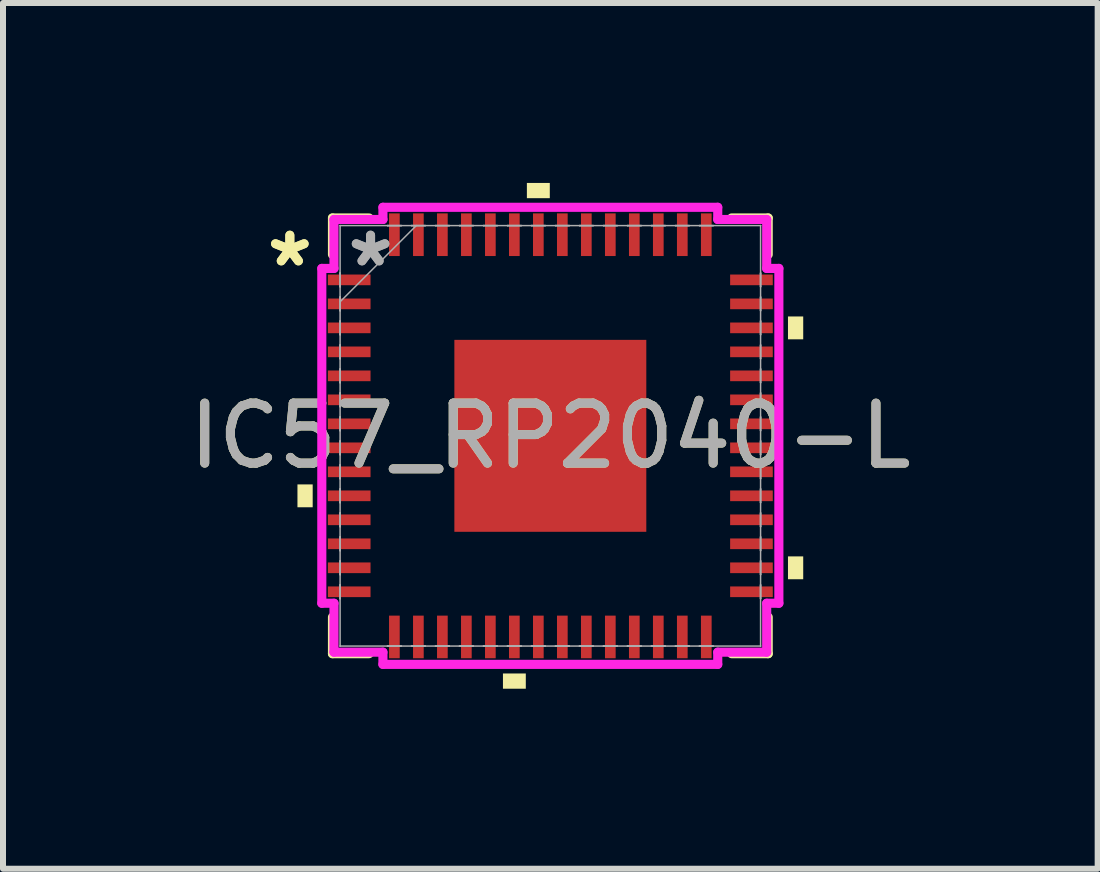
<source format=kicad_pcb>
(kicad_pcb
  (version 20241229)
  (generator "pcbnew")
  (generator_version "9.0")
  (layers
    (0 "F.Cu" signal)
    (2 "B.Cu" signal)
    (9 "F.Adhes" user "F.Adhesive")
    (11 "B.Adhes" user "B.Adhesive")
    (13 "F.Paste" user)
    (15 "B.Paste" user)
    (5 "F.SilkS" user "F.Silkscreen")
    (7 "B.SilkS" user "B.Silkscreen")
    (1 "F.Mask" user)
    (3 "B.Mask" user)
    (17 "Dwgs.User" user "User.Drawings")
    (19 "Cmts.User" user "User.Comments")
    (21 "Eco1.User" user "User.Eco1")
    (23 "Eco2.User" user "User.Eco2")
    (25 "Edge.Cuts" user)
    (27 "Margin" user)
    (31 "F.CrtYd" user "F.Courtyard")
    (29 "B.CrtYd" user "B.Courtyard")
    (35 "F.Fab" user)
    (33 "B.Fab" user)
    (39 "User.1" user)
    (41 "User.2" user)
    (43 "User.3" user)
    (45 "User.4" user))
  (footprint "IC57_RP2040-L"
    (layer "F.Cu")
    (at 6.125 4.216)
    (property "Reference" "IC57_RP2040-L" (at 0 0 0) (unlocked yes) (layer "F.SilkS") (effects (font (size 1 1) (thickness 0.15))))
    (attr smd)
    (fp_line (start -3.632 -3.632) (end -3.632 -3.022) (stroke (width 0.152) (type solid)) (layer "F.SilkS"))
    (fp_line (start -3.632 3.022) (end -3.632 3.632) (stroke (width 0.152) (type solid)) (layer "F.SilkS"))
    (fp_line (start -3.632 3.632) (end -3.022 3.632) (stroke (width 0.152) (type solid)) (layer "F.SilkS"))
    (fp_line (start -3.022 -3.632) (end -3.632 -3.632) (stroke (width 0.152) (type solid)) (layer "F.SilkS"))
    (fp_line (start 3.022 3.632) (end 3.632 3.632) (stroke (width 0.152) (type solid)) (layer "F.SilkS"))
    (fp_line (start 3.632 -3.632) (end 3.022 -3.632) (stroke (width 0.152) (type solid)) (layer "F.SilkS"))
    (fp_line (start 3.632 -3.022) (end 3.632 -3.632) (stroke (width 0.152) (type solid)) (layer "F.SilkS"))
    (fp_line (start 3.632 3.632) (end 3.632 3.022) (stroke (width 0.152) (type solid)) (layer "F.SilkS"))
    (fp_poly (pts (xy -4.216 0.81) (xy -4.216 1.191) (xy -3.962 1.191) (xy -3.962 0.81)) (stroke (width 0) (type solid)) (fill yes) (layer "F.SilkS"))
    (fp_poly (pts (xy -0.79 3.962) (xy -0.79 4.216) (xy -0.409 4.216) (xy -0.409 3.962)) (stroke (width 0) (type solid)) (fill yes) (layer "F.SilkS"))
    (fp_poly (pts (xy -0.391 -3.962) (xy -0.391 -4.216) (xy -0.009 -4.216) (xy -0.009 -3.962)) (stroke (width 0) (type solid)) (fill yes) (layer "F.SilkS"))
    (fp_poly (pts (xy 4.216 -1.99) (xy 4.216 -1.609) (xy 3.962 -1.609) (xy 3.962 -1.99)) (stroke (width 0) (type solid)) (fill yes) (layer "F.SilkS"))
    (fp_poly (pts (xy 4.216 2.01) (xy 4.216 2.391) (xy 3.962 2.391) (xy 3.962 2.01)) (stroke (width 0) (type solid)) (fill yes) (layer "F.SilkS"))
    (fp_poly (pts (xy -1.5 -1.5) (xy -1.5 -0.1) (xy -0.1 -0.1) (xy -0.1 -1.5)) (stroke (width 0) (type solid)) (fill yes) (layer "F.Paste"))
    (fp_poly (pts (xy -1.5 0.1) (xy -1.5 1.5) (xy -0.1 1.5) (xy -0.1 0.1)) (stroke (width 0) (type solid)) (fill yes) (layer "F.Paste"))
    (fp_poly (pts (xy 0.1 -1.5) (xy 0.1 -0.1) (xy 1.5 -0.1) (xy 1.5 -1.5)) (stroke (width 0) (type solid)) (fill yes) (layer "F.Paste"))
    (fp_poly (pts (xy 0.1 0.1) (xy 0.1 1.5) (xy 1.5 1.5) (xy 1.5 0.1)) (stroke (width 0) (type solid)) (fill yes) (layer "F.Paste"))
    (fp_line (start -3.81 -2.791) (end -3.607 -2.791) (stroke (width 0.152) (type solid)) (layer "F.CrtYd"))
    (fp_line (start -3.81 2.791) (end -3.81 -2.791) (stroke (width 0.152) (type solid)) (layer "F.CrtYd"))
    (fp_line (start -3.607 -3.607) (end -2.791 -3.607) (stroke (width 0.152) (type solid)) (layer "F.CrtYd"))
    (fp_line (start -3.607 -2.791) (end -3.607 -3.607) (stroke (width 0.152) (type solid)) (layer "F.CrtYd"))
    (fp_line (start -3.607 2.791) (end -3.81 2.791) (stroke (width 0.152) (type solid)) (layer "F.CrtYd"))
    (fp_line (start -3.607 3.607) (end -3.607 2.791) (stroke (width 0.152) (type solid)) (layer "F.CrtYd"))
    (fp_line (start -2.791 -3.81) (end 2.791 -3.81) (stroke (width 0.152) (type solid)) (layer "F.CrtYd"))
    (fp_line (start -2.791 -3.607) (end -2.791 -3.81) (stroke (width 0.152) (type solid)) (layer "F.CrtYd"))
    (fp_line (start -2.791 3.607) (end -3.607 3.607) (stroke (width 0.152) (type solid)) (layer "F.CrtYd"))
    (fp_line (start -2.791 3.81) (end -2.791 3.607) (stroke (width 0.152) (type solid)) (layer "F.CrtYd"))
    (fp_line (start 2.791 -3.81) (end 2.791 -3.607) (stroke (width 0.152) (type solid)) (layer "F.CrtYd"))
    (fp_line (start 2.791 -3.607) (end 3.607 -3.607) (stroke (width 0.152) (type solid)) (layer "F.CrtYd"))
    (fp_line (start 2.791 3.607) (end 2.791 3.81) (stroke (width 0.152) (type solid)) (layer "F.CrtYd"))
    (fp_line (start 2.791 3.81) (end -2.791 3.81) (stroke (width 0.152) (type solid)) (layer "F.CrtYd"))
    (fp_line (start 3.607 -3.607) (end 3.607 -2.791) (stroke (width 0.152) (type solid)) (layer "F.CrtYd"))
    (fp_line (start 3.607 -2.791) (end 3.81 -2.791) (stroke (width 0.152) (type solid)) (layer "F.CrtYd"))
    (fp_line (start 3.607 2.791) (end 3.607 3.607) (stroke (width 0.152) (type solid)) (layer "F.CrtYd"))
    (fp_line (start 3.607 3.607) (end 2.791 3.607) (stroke (width 0.152) (type solid)) (layer "F.CrtYd"))
    (fp_line (start 3.81 -2.791) (end 3.81 2.791) (stroke (width 0.152) (type solid)) (layer "F.CrtYd"))
    (fp_line (start 3.81 2.791) (end 3.607 2.791) (stroke (width 0.152) (type solid)) (layer "F.CrtYd"))
    (fp_line (start -3.505 -3.505) (end -3.505 -3.505) (stroke (width 0.025) (type solid)) (layer "F.Fab"))
    (fp_line (start -3.505 -3.505) (end -3.505 3.505) (stroke (width 0.025) (type solid)) (layer "F.Fab"))
    (fp_line (start -3.505 -2.714) (end -3.505 -2.714) (stroke (width 0.025) (type solid)) (layer "F.Fab"))
    (fp_line (start -3.505 -2.714) (end -3.505 -2.486) (stroke (width 0.025) (type solid)) (layer "F.Fab"))
    (fp_line (start -3.505 -2.486) (end -3.505 -2.714) (stroke (width 0.025) (type solid)) (layer "F.Fab"))
    (fp_line (start -3.505 -2.486) (end -3.505 -2.486) (stroke (width 0.025) (type solid)) (layer "F.Fab"))
    (fp_line (start -3.505 -2.314) (end -3.505 -2.314) (stroke (width 0.025) (type solid)) (layer "F.Fab"))
    (fp_line (start -3.505 -2.314) (end -3.505 -2.086) (stroke (width 0.025) (type solid)) (layer "F.Fab"))
    (fp_line (start -3.505 -2.235) (end -2.235 -3.505) (stroke (width 0.025) (type solid)) (layer "F.Fab"))
    (fp_line (start -3.505 -2.086) (end -3.505 -2.314) (stroke (width 0.025) (type solid)) (layer "F.Fab"))
    (fp_line (start -3.505 -2.086) (end -3.505 -2.086) (stroke (width 0.025) (type solid)) (layer "F.Fab"))
    (fp_line (start -3.505 -1.914) (end -3.505 -1.914) (stroke (width 0.025) (type solid)) (layer "F.Fab"))
    (fp_line (start -3.505 -1.914) (end -3.505 -1.686) (stroke (width 0.025) (type solid)) (layer "F.Fab"))
    (fp_line (start -3.505 -1.686) (end -3.505 -1.914) (stroke (width 0.025) (type solid)) (layer "F.Fab"))
    (fp_line (start -3.505 -1.686) (end -3.505 -1.686) (stroke (width 0.025) (type solid)) (layer "F.Fab"))
    (fp_line (start -3.505 -1.514) (end -3.505 -1.514) (stroke (width 0.025) (type solid)) (layer "F.Fab"))
    (fp_line (start -3.505 -1.514) (end -3.505 -1.286) (stroke (width 0.025) (type solid)) (layer "F.Fab"))
    (fp_line (start -3.505 -1.286) (end -3.505 -1.514) (stroke (width 0.025) (type solid)) (layer "F.Fab"))
    (fp_line (start -3.505 -1.286) (end -3.505 -1.286) (stroke (width 0.025) (type solid)) (layer "F.Fab"))
    (fp_line (start -3.505 -1.114) (end -3.505 -1.114) (stroke (width 0.025) (type solid)) (layer "F.Fab"))
    (fp_line (start -3.505 -1.114) (end -3.505 -0.886) (stroke (width 0.025) (type solid)) (layer "F.Fab"))
    (fp_line (start -3.505 -0.886) (end -3.505 -1.114) (stroke (width 0.025) (type solid)) (layer "F.Fab"))
    (fp_line (start -3.505 -0.886) (end -3.505 -0.886) (stroke (width 0.025) (type solid)) (layer "F.Fab"))
    (fp_line (start -3.505 -0.714) (end -3.505 -0.714) (stroke (width 0.025) (type solid)) (layer "F.Fab"))
    (fp_line (start -3.505 -0.714) (end -3.505 -0.486) (stroke (width 0.025) (type solid)) (layer "F.Fab"))
    (fp_line (start -3.505 -0.486) (end -3.505 -0.714) (stroke (width 0.025) (type solid)) (layer "F.Fab"))
    (fp_line (start -3.505 -0.486) (end -3.505 -0.486) (stroke (width 0.025) (type solid)) (layer "F.Fab"))
    (fp_line (start -3.505 -0.314) (end -3.505 -0.314) (stroke (width 0.025) (type solid)) (layer "F.Fab"))
    (fp_line (start -3.505 -0.314) (end -3.505 -0.086) (stroke (width 0.025) (type solid)) (layer "F.Fab"))
    (fp_line (start -3.505 -0.086) (end -3.505 -0.314) (stroke (width 0.025) (type solid)) (layer "F.Fab"))
    (fp_line (start -3.505 -0.086) (end -3.505 -0.086) (stroke (width 0.025) (type solid)) (layer "F.Fab"))
    (fp_line (start -3.505 0.086) (end -3.505 0.086) (stroke (width 0.025) (type solid)) (layer "F.Fab"))
    (fp_line (start -3.505 0.086) (end -3.505 0.314) (stroke (width 0.025) (type solid)) (layer "F.Fab"))
    (fp_line (start -3.505 0.314) (end -3.505 0.086) (stroke (width 0.025) (type solid)) (layer "F.Fab"))
    (fp_line (start -3.505 0.314) (end -3.505 0.314) (stroke (width 0.025) (type solid)) (layer "F.Fab"))
    (fp_line (start -3.505 0.486) (end -3.505 0.486) (stroke (width 0.025) (type solid)) (layer "F.Fab"))
    (fp_line (start -3.505 0.486) (end -3.505 0.714) (stroke (width 0.025) (type solid)) (layer "F.Fab"))
    (fp_line (start -3.505 0.714) (end -3.505 0.486) (stroke (width 0.025) (type solid)) (layer "F.Fab"))
    (fp_line (start -3.505 0.714) (end -3.505 0.714) (stroke (width 0.025) (type solid)) (layer "F.Fab"))
    (fp_line (start -3.505 0.886) (end -3.505 0.886) (stroke (width 0.025) (type solid)) (layer "F.Fab"))
    (fp_line (start -3.505 0.886) (end -3.505 1.114) (stroke (width 0.025) (type solid)) (layer "F.Fab"))
    (fp_line (start -3.505 1.114) (end -3.505 0.886) (stroke (width 0.025) (type solid)) (layer "F.Fab"))
    (fp_line (start -3.505 1.114) (end -3.505 1.114) (stroke (width 0.025) (type solid)) (layer "F.Fab"))
    (fp_line (start -3.505 1.286) (end -3.505 1.286) (stroke (width 0.025) (type solid)) (layer "F.Fab"))
    (fp_line (start -3.505 1.286) (end -3.505 1.514) (stroke (width 0.025) (type solid)) (layer "F.Fab"))
    (fp_line (start -3.505 1.514) (end -3.505 1.286) (stroke (width 0.025) (type solid)) (layer "F.Fab"))
    (fp_line (start -3.505 1.514) (end -3.505 1.514) (stroke (width 0.025) (type solid)) (layer "F.Fab"))
    (fp_line (start -3.505 1.686) (end -3.505 1.686) (stroke (width 0.025) (type solid)) (layer "F.Fab"))
    (fp_line (start -3.505 1.686) (end -3.505 1.914) (stroke (width 0.025) (type solid)) (layer "F.Fab"))
    (fp_line (start -3.505 1.914) (end -3.505 1.686) (stroke (width 0.025) (type solid)) (layer "F.Fab"))
    (fp_line (start -3.505 1.914) (end -3.505 1.914) (stroke (width 0.025) (type solid)) (layer "F.Fab"))
    (fp_line (start -3.505 2.086) (end -3.505 2.086) (stroke (width 0.025) (type solid)) (layer "F.Fab"))
    (fp_line (start -3.505 2.086) (end -3.505 2.314) (stroke (width 0.025) (type solid)) (layer "F.Fab"))
    (fp_line (start -3.505 2.314) (end -3.505 2.086) (stroke (width 0.025) (type solid)) (layer "F.Fab"))
    (fp_line (start -3.505 2.314) (end -3.505 2.314) (stroke (width 0.025) (type solid)) (layer "F.Fab"))
    (fp_line (start -3.505 2.486) (end -3.505 2.486) (stroke (width 0.025) (type solid)) (layer "F.Fab"))
    (fp_line (start -3.505 2.486) (end -3.505 2.714) (stroke (width 0.025) (type solid)) (layer "F.Fab"))
    (fp_line (start -3.505 2.714) (end -3.505 2.486) (stroke (width 0.025) (type solid)) (layer "F.Fab"))
    (fp_line (start -3.505 2.714) (end -3.505 2.714) (stroke (width 0.025) (type solid)) (layer "F.Fab"))
    (fp_line (start -3.505 3.505) (end -3.505 3.505) (stroke (width 0.025) (type solid)) (layer "F.Fab"))
    (fp_line (start -3.505 3.505) (end 3.505 3.505) (stroke (width 0.025) (type solid)) (layer "F.Fab"))
    (fp_line (start -2.714 -3.505) (end -2.714 -3.505) (stroke (width 0.025) (type solid)) (layer "F.Fab"))
    (fp_line (start -2.714 -3.505) (end -2.486 -3.505) (stroke (width 0.025) (type solid)) (layer "F.Fab"))
    (fp_line (start -2.714 3.505) (end -2.714 3.505) (stroke (width 0.025) (type solid)) (layer "F.Fab"))
    (fp_line (start -2.714 3.505) (end -2.486 3.505) (stroke (width 0.025) (type solid)) (layer "F.Fab"))
    (fp_line (start -2.486 -3.505) (end -2.714 -3.505) (stroke (width 0.025) (type solid)) (layer "F.Fab"))
    (fp_line (start -2.486 -3.505) (end -2.486 -3.505) (stroke (width 0.025) (type solid)) (layer "F.Fab"))
    (fp_line (start -2.486 3.505) (end -2.714 3.505) (stroke (width 0.025) (type solid)) (layer "F.Fab"))
    (fp_line (start -2.486 3.505) (end -2.486 3.505) (stroke (width 0.025) (type solid)) (layer "F.Fab"))
    (fp_line (start -2.314 -3.505) (end -2.314 -3.505) (stroke (width 0.025) (type solid)) (layer "F.Fab"))
    (fp_line (start -2.314 -3.505) (end -2.086 -3.505) (stroke (width 0.025) (type solid)) (layer "F.Fab"))
    (fp_line (start -2.314 3.505) (end -2.314 3.505) (stroke (width 0.025) (type solid)) (layer "F.Fab"))
    (fp_line (start -2.314 3.505) (end -2.086 3.505) (stroke (width 0.025) (type solid)) (layer "F.Fab"))
    (fp_line (start -2.086 -3.505) (end -2.314 -3.505) (stroke (width 0.025) (type solid)) (layer "F.Fab"))
    (fp_line (start -2.086 -3.505) (end -2.086 -3.505) (stroke (width 0.025) (type solid)) (layer "F.Fab"))
    (fp_line (start -2.086 3.505) (end -2.314 3.505) (stroke (width 0.025) (type solid)) (layer "F.Fab"))
    (fp_line (start -2.086 3.505) (end -2.086 3.505) (stroke (width 0.025) (type solid)) (layer "F.Fab"))
    (fp_line (start -1.914 -3.505) (end -1.914 -3.505) (stroke (width 0.025) (type solid)) (layer "F.Fab"))
    (fp_line (start -1.914 -3.505) (end -1.686 -3.505) (stroke (width 0.025) (type solid)) (layer "F.Fab"))
    (fp_line (start -1.914 3.505) (end -1.914 3.505) (stroke (width 0.025) (type solid)) (layer "F.Fab"))
    (fp_line (start -1.914 3.505) (end -1.686 3.505) (stroke (width 0.025) (type solid)) (layer "F.Fab"))
    (fp_line (start -1.686 -3.505) (end -1.914 -3.505) (stroke (width 0.025) (type solid)) (layer "F.Fab"))
    (fp_line (start -1.686 -3.505) (end -1.686 -3.505) (stroke (width 0.025) (type solid)) (layer "F.Fab"))
    (fp_line (start -1.686 3.505) (end -1.914 3.505) (stroke (width 0.025) (type solid)) (layer "F.Fab"))
    (fp_line (start -1.686 3.505) (end -1.686 3.505) (stroke (width 0.025) (type solid)) (layer "F.Fab"))
    (fp_line (start -1.514 -3.505) (end -1.514 -3.505) (stroke (width 0.025) (type solid)) (layer "F.Fab"))
    (fp_line (start -1.514 -3.505) (end -1.286 -3.505) (stroke (width 0.025) (type solid)) (layer "F.Fab"))
    (fp_line (start -1.514 3.505) (end -1.514 3.505) (stroke (width 0.025) (type solid)) (layer "F.Fab"))
    (fp_line (start -1.514 3.505) (end -1.286 3.505) (stroke (width 0.025) (type solid)) (layer "F.Fab"))
    (fp_line (start -1.286 -3.505) (end -1.514 -3.505) (stroke (width 0.025) (type solid)) (layer "F.Fab"))
    (fp_line (start -1.286 -3.505) (end -1.286 -3.505) (stroke (width 0.025) (type solid)) (layer "F.Fab"))
    (fp_line (start -1.286 3.505) (end -1.514 3.505) (stroke (width 0.025) (type solid)) (layer "F.Fab"))
    (fp_line (start -1.286 3.505) (end -1.286 3.505) (stroke (width 0.025) (type solid)) (layer "F.Fab"))
    (fp_line (start -1.114 -3.505) (end -1.114 -3.505) (stroke (width 0.025) (type solid)) (layer "F.Fab"))
    (fp_line (start -1.114 -3.505) (end -0.886 -3.505) (stroke (width 0.025) (type solid)) (layer "F.Fab"))
    (fp_line (start -1.114 3.505) (end -1.114 3.505) (stroke (width 0.025) (type solid)) (layer "F.Fab"))
    (fp_line (start -1.114 3.505) (end -0.886 3.505) (stroke (width 0.025) (type solid)) (layer "F.Fab"))
    (fp_line (start -0.886 -3.505) (end -1.114 -3.505) (stroke (width 0.025) (type solid)) (layer "F.Fab"))
    (fp_line (start -0.886 -3.505) (end -0.886 -3.505) (stroke (width 0.025) (type solid)) (layer "F.Fab"))
    (fp_line (start -0.886 3.505) (end -1.114 3.505) (stroke (width 0.025) (type solid)) (layer "F.Fab"))
    (fp_line (start -0.886 3.505) (end -0.886 3.505) (stroke (width 0.025) (type solid)) (layer "F.Fab"))
    (fp_line (start -0.714 -3.505) (end -0.714 -3.505) (stroke (width 0.025) (type solid)) (layer "F.Fab"))
    (fp_line (start -0.714 -3.505) (end -0.486 -3.505) (stroke (width 0.025) (type solid)) (layer "F.Fab"))
    (fp_line (start -0.714 3.505) (end -0.714 3.505) (stroke (width 0.025) (type solid)) (layer "F.Fab"))
    (fp_line (start -0.714 3.505) (end -0.486 3.505) (stroke (width 0.025) (type solid)) (layer "F.Fab"))
    (fp_line (start -0.486 -3.505) (end -0.714 -3.505) (stroke (width 0.025) (type solid)) (layer "F.Fab"))
    (fp_line (start -0.486 -3.505) (end -0.486 -3.505) (stroke (width 0.025) (type solid)) (layer "F.Fab"))
    (fp_line (start -0.486 3.505) (end -0.714 3.505) (stroke (width 0.025) (type solid)) (layer "F.Fab"))
    (fp_line (start -0.486 3.505) (end -0.486 3.505) (stroke (width 0.025) (type solid)) (layer "F.Fab"))
    (fp_line (start -0.314 -3.505) (end -0.314 -3.505) (stroke (width 0.025) (type solid)) (layer "F.Fab"))
    (fp_line (start -0.314 -3.505) (end -0.086 -3.505) (stroke (width 0.025) (type solid)) (layer "F.Fab"))
    (fp_line (start -0.314 3.505) (end -0.314 3.505) (stroke (width 0.025) (type solid)) (layer "F.Fab"))
    (fp_line (start -0.314 3.505) (end -0.086 3.505) (stroke (width 0.025) (type solid)) (layer "F.Fab"))
    (fp_line (start -0.086 -3.505) (end -0.314 -3.505) (stroke (width 0.025) (type solid)) (layer "F.Fab"))
    (fp_line (start -0.086 -3.505) (end -0.086 -3.505) (stroke (width 0.025) (type solid)) (layer "F.Fab"))
    (fp_line (start -0.086 3.505) (end -0.314 3.505) (stroke (width 0.025) (type solid)) (layer "F.Fab"))
    (fp_line (start -0.086 3.505) (end -0.086 3.505) (stroke (width 0.025) (type solid)) (layer "F.Fab"))
    (fp_line (start 0.086 -3.505) (end 0.086 -3.505) (stroke (width 0.025) (type solid)) (layer "F.Fab"))
    (fp_line (start 0.086 -3.505) (end 0.314 -3.505) (stroke (width 0.025) (type solid)) (layer "F.Fab"))
    (fp_line (start 0.086 3.505) (end 0.086 3.505) (stroke (width 0.025) (type solid)) (layer "F.Fab"))
    (fp_line (start 0.086 3.505) (end 0.314 3.505) (stroke (width 0.025) (type solid)) (layer "F.Fab"))
    (fp_line (start 0.314 -3.505) (end 0.086 -3.505) (stroke (width 0.025) (type solid)) (layer "F.Fab"))
    (fp_line (start 0.314 -3.505) (end 0.314 -3.505) (stroke (width 0.025) (type solid)) (layer "F.Fab"))
    (fp_line (start 0.314 3.505) (end 0.086 3.505) (stroke (width 0.025) (type solid)) (layer "F.Fab"))
    (fp_line (start 0.314 3.505) (end 0.314 3.505) (stroke (width 0.025) (type solid)) (layer "F.Fab"))
    (fp_line (start 0.486 -3.505) (end 0.486 -3.505) (stroke (width 0.025) (type solid)) (layer "F.Fab"))
    (fp_line (start 0.486 -3.505) (end 0.714 -3.505) (stroke (width 0.025) (type solid)) (layer "F.Fab"))
    (fp_line (start 0.486 3.505) (end 0.486 3.505) (stroke (width 0.025) (type solid)) (layer "F.Fab"))
    (fp_line (start 0.486 3.505) (end 0.714 3.505) (stroke (width 0.025) (type solid)) (layer "F.Fab"))
    (fp_line (start 0.714 -3.505) (end 0.486 -3.505) (stroke (width 0.025) (type solid)) (layer "F.Fab"))
    (fp_line (start 0.714 -3.505) (end 0.714 -3.505) (stroke (width 0.025) (type solid)) (layer "F.Fab"))
    (fp_line (start 0.714 3.505) (end 0.486 3.505) (stroke (width 0.025) (type solid)) (layer "F.Fab"))
    (fp_line (start 0.714 3.505) (end 0.714 3.505) (stroke (width 0.025) (type solid)) (layer "F.Fab"))
    (fp_line (start 0.886 -3.505) (end 0.886 -3.505) (stroke (width 0.025) (type solid)) (layer "F.Fab"))
    (fp_line (start 0.886 -3.505) (end 1.114 -3.505) (stroke (width 0.025) (type solid)) (layer "F.Fab"))
    (fp_line (start 0.886 3.505) (end 0.886 3.505) (stroke (width 0.025) (type solid)) (layer "F.Fab"))
    (fp_line (start 0.886 3.505) (end 1.114 3.505) (stroke (width 0.025) (type solid)) (layer "F.Fab"))
    (fp_line (start 1.114 -3.505) (end 0.886 -3.505) (stroke (width 0.025) (type solid)) (layer "F.Fab"))
    (fp_line (start 1.114 -3.505) (end 1.114 -3.505) (stroke (width 0.025) (type solid)) (layer "F.Fab"))
    (fp_line (start 1.114 3.505) (end 0.886 3.505) (stroke (width 0.025) (type solid)) (layer "F.Fab"))
    (fp_line (start 1.114 3.505) (end 1.114 3.505) (stroke (width 0.025) (type solid)) (layer "F.Fab"))
    (fp_line (start 1.286 -3.505) (end 1.286 -3.505) (stroke (width 0.025) (type solid)) (layer "F.Fab"))
    (fp_line (start 1.286 -3.505) (end 1.514 -3.505) (stroke (width 0.025) (type solid)) (layer "F.Fab"))
    (fp_line (start 1.286 3.505) (end 1.286 3.505) (stroke (width 0.025) (type solid)) (layer "F.Fab"))
    (fp_line (start 1.286 3.505) (end 1.514 3.505) (stroke (width 0.025) (type solid)) (layer "F.Fab"))
    (fp_line (start 1.514 -3.505) (end 1.286 -3.505) (stroke (width 0.025) (type solid)) (layer "F.Fab"))
    (fp_line (start 1.514 -3.505) (end 1.514 -3.505) (stroke (width 0.025) (type solid)) (layer "F.Fab"))
    (fp_line (start 1.514 3.505) (end 1.286 3.505) (stroke (width 0.025) (type solid)) (layer "F.Fab"))
    (fp_line (start 1.514 3.505) (end 1.514 3.505) (stroke (width 0.025) (type solid)) (layer "F.Fab"))
    (fp_line (start 1.686 -3.505) (end 1.686 -3.505) (stroke (width 0.025) (type solid)) (layer "F.Fab"))
    (fp_line (start 1.686 -3.505) (end 1.914 -3.505) (stroke (width 0.025) (type solid)) (layer "F.Fab"))
    (fp_line (start 1.686 3.505) (end 1.686 3.505) (stroke (width 0.025) (type solid)) (layer "F.Fab"))
    (fp_line (start 1.686 3.505) (end 1.914 3.505) (stroke (width 0.025) (type solid)) (layer "F.Fab"))
    (fp_line (start 1.914 -3.505) (end 1.686 -3.505) (stroke (width 0.025) (type solid)) (layer "F.Fab"))
    (fp_line (start 1.914 -3.505) (end 1.914 -3.505) (stroke (width 0.025) (type solid)) (layer "F.Fab"))
    (fp_line (start 1.914 3.505) (end 1.686 3.505) (stroke (width 0.025) (type solid)) (layer "F.Fab"))
    (fp_line (start 1.914 3.505) (end 1.914 3.505) (stroke (width 0.025) (type solid)) (layer "F.Fab"))
    (fp_line (start 2.086 -3.505) (end 2.086 -3.505) (stroke (width 0.025) (type solid)) (layer "F.Fab"))
    (fp_line (start 2.086 -3.505) (end 2.314 -3.505) (stroke (width 0.025) (type solid)) (layer "F.Fab"))
    (fp_line (start 2.086 3.505) (end 2.086 3.505) (stroke (width 0.025) (type solid)) (layer "F.Fab"))
    (fp_line (start 2.086 3.505) (end 2.314 3.505) (stroke (width 0.025) (type solid)) (layer "F.Fab"))
    (fp_line (start 2.314 -3.505) (end 2.086 -3.505) (stroke (width 0.025) (type solid)) (layer "F.Fab"))
    (fp_line (start 2.314 -3.505) (end 2.314 -3.505) (stroke (width 0.025) (type solid)) (layer "F.Fab"))
    (fp_line (start 2.314 3.505) (end 2.086 3.505) (stroke (width 0.025) (type solid)) (layer "F.Fab"))
    (fp_line (start 2.314 3.505) (end 2.314 3.505) (stroke (width 0.025) (type solid)) (layer "F.Fab"))
    (fp_line (start 2.486 -3.505) (end 2.486 -3.505) (stroke (width 0.025) (type solid)) (layer "F.Fab"))
    (fp_line (start 2.486 -3.505) (end 2.714 -3.505) (stroke (width 0.025) (type solid)) (layer "F.Fab"))
    (fp_line (start 2.486 3.505) (end 2.486 3.505) (stroke (width 0.025) (type solid)) (layer "F.Fab"))
    (fp_line (start 2.486 3.505) (end 2.714 3.505) (stroke (width 0.025) (type solid)) (layer "F.Fab"))
    (fp_line (start 2.714 -3.505) (end 2.486 -3.505) (stroke (width 0.025) (type solid)) (layer "F.Fab"))
    (fp_line (start 2.714 -3.505) (end 2.714 -3.505) (stroke (width 0.025) (type solid)) (layer "F.Fab"))
    (fp_line (start 2.714 3.505) (end 2.486 3.505) (stroke (width 0.025) (type solid)) (layer "F.Fab"))
    (fp_line (start 2.714 3.505) (end 2.714 3.505) (stroke (width 0.025) (type solid)) (layer "F.Fab"))
    (fp_line (start 3.505 -3.505) (end -3.505 -3.505) (stroke (width 0.025) (type solid)) (layer "F.Fab"))
    (fp_line (start 3.505 -3.505) (end 3.505 -3.505) (stroke (width 0.025) (type solid)) (layer "F.Fab"))
    (fp_line (start 3.505 -2.714) (end 3.505 -2.714) (stroke (width 0.025) (type solid)) (layer "F.Fab"))
    (fp_line (start 3.505 -2.714) (end 3.505 -2.486) (stroke (width 0.025) (type solid)) (layer "F.Fab"))
    (fp_line (start 3.505 -2.486) (end 3.505 -2.714) (stroke (width 0.025) (type solid)) (layer "F.Fab"))
    (fp_line (start 3.505 -2.486) (end 3.505 -2.486) (stroke (width 0.025) (type solid)) (layer "F.Fab"))
    (fp_line (start 3.505 -2.314) (end 3.505 -2.314) (stroke (width 0.025) (type solid)) (layer "F.Fab"))
    (fp_line (start 3.505 -2.314) (end 3.505 -2.086) (stroke (width 0.025) (type solid)) (layer "F.Fab"))
    (fp_line (start 3.505 -2.086) (end 3.505 -2.314) (stroke (width 0.025) (type solid)) (layer "F.Fab"))
    (fp_line (start 3.505 -2.086) (end 3.505 -2.086) (stroke (width 0.025) (type solid)) (layer "F.Fab"))
    (fp_line (start 3.505 -1.914) (end 3.505 -1.914) (stroke (width 0.025) (type solid)) (layer "F.Fab"))
    (fp_line (start 3.505 -1.914) (end 3.505 -1.686) (stroke (width 0.025) (type solid)) (layer "F.Fab"))
    (fp_line (start 3.505 -1.686) (end 3.505 -1.914) (stroke (width 0.025) (type solid)) (layer "F.Fab"))
    (fp_line (start 3.505 -1.686) (end 3.505 -1.686) (stroke (width 0.025) (type solid)) (layer "F.Fab"))
    (fp_line (start 3.505 -1.514) (end 3.505 -1.514) (stroke (width 0.025) (type solid)) (layer "F.Fab"))
    (fp_line (start 3.505 -1.514) (end 3.505 -1.286) (stroke (width 0.025) (type solid)) (layer "F.Fab"))
    (fp_line (start 3.505 -1.286) (end 3.505 -1.514) (stroke (width 0.025) (type solid)) (layer "F.Fab"))
    (fp_line (start 3.505 -1.286) (end 3.505 -1.286) (stroke (width 0.025) (type solid)) (layer "F.Fab"))
    (fp_line (start 3.505 -1.114) (end 3.505 -1.114) (stroke (width 0.025) (type solid)) (layer "F.Fab"))
    (fp_line (start 3.505 -1.114) (end 3.505 -0.886) (stroke (width 0.025) (type solid)) (layer "F.Fab"))
    (fp_line (start 3.505 -0.886) (end 3.505 -1.114) (stroke (width 0.025) (type solid)) (layer "F.Fab"))
    (fp_line (start 3.505 -0.886) (end 3.505 -0.886) (stroke (width 0.025) (type solid)) (layer "F.Fab"))
    (fp_line (start 3.505 -0.714) (end 3.505 -0.714) (stroke (width 0.025) (type solid)) (layer "F.Fab"))
    (fp_line (start 3.505 -0.714) (end 3.505 -0.486) (stroke (width 0.025) (type solid)) (layer "F.Fab"))
    (fp_line (start 3.505 -0.486) (end 3.505 -0.714) (stroke (width 0.025) (type solid)) (layer "F.Fab"))
    (fp_line (start 3.505 -0.486) (end 3.505 -0.486) (stroke (width 0.025) (type solid)) (layer "F.Fab"))
    (fp_line (start 3.505 -0.314) (end 3.505 -0.314) (stroke (width 0.025) (type solid)) (layer "F.Fab"))
    (fp_line (start 3.505 -0.314) (end 3.505 -0.086) (stroke (width 0.025) (type solid)) (layer "F.Fab"))
    (fp_line (start 3.505 -0.086) (end 3.505 -0.314) (stroke (width 0.025) (type solid)) (layer "F.Fab"))
    (fp_line (start 3.505 -0.086) (end 3.505 -0.086) (stroke (width 0.025) (type solid)) (layer "F.Fab"))
    (fp_line (start 3.505 0.086) (end 3.505 0.086) (stroke (width 0.025) (type solid)) (layer "F.Fab"))
    (fp_line (start 3.505 0.086) (end 3.505 0.314) (stroke (width 0.025) (type solid)) (layer "F.Fab"))
    (fp_line (start 3.505 0.314) (end 3.505 0.086) (stroke (width 0.025) (type solid)) (layer "F.Fab"))
    (fp_line (start 3.505 0.314) (end 3.505 0.314) (stroke (width 0.025) (type solid)) (layer "F.Fab"))
    (fp_line (start 3.505 0.486) (end 3.505 0.486) (stroke (width 0.025) (type solid)) (layer "F.Fab"))
    (fp_line (start 3.505 0.486) (end 3.505 0.714) (stroke (width 0.025) (type solid)) (layer "F.Fab"))
    (fp_line (start 3.505 0.714) (end 3.505 0.486) (stroke (width 0.025) (type solid)) (layer "F.Fab"))
    (fp_line (start 3.505 0.714) (end 3.505 0.714) (stroke (width 0.025) (type solid)) (layer "F.Fab"))
    (fp_line (start 3.505 0.886) (end 3.505 0.886) (stroke (width 0.025) (type solid)) (layer "F.Fab"))
    (fp_line (start 3.505 0.886) (end 3.505 1.114) (stroke (width 0.025) (type solid)) (layer "F.Fab"))
    (fp_line (start 3.505 1.114) (end 3.505 0.886) (stroke (width 0.025) (type solid)) (layer "F.Fab"))
    (fp_line (start 3.505 1.114) (end 3.505 1.114) (stroke (width 0.025) (type solid)) (layer "F.Fab"))
    (fp_line (start 3.505 1.286) (end 3.505 1.286) (stroke (width 0.025) (type solid)) (layer "F.Fab"))
    (fp_line (start 3.505 1.286) (end 3.505 1.514) (stroke (width 0.025) (type solid)) (layer "F.Fab"))
    (fp_line (start 3.505 1.514) (end 3.505 1.286) (stroke (width 0.025) (type solid)) (layer "F.Fab"))
    (fp_line (start 3.505 1.514) (end 3.505 1.514) (stroke (width 0.025) (type solid)) (layer "F.Fab"))
    (fp_line (start 3.505 1.686) (end 3.505 1.686) (stroke (width 0.025) (type solid)) (layer "F.Fab"))
    (fp_line (start 3.505 1.686) (end 3.505 1.914) (stroke (width 0.025) (type solid)) (layer "F.Fab"))
    (fp_line (start 3.505 1.914) (end 3.505 1.686) (stroke (width 0.025) (type solid)) (layer "F.Fab"))
    (fp_line (start 3.505 1.914) (end 3.505 1.914) (stroke (width 0.025) (type solid)) (layer "F.Fab"))
    (fp_line (start 3.505 2.086) (end 3.505 2.086) (stroke (width 0.025) (type solid)) (layer "F.Fab"))
    (fp_line (start 3.505 2.086) (end 3.505 2.314) (stroke (width 0.025) (type solid)) (layer "F.Fab"))
    (fp_line (start 3.505 2.314) (end 3.505 2.086) (stroke (width 0.025) (type solid)) (layer "F.Fab"))
    (fp_line (start 3.505 2.314) (end 3.505 2.314) (stroke (width 0.025) (type solid)) (layer "F.Fab"))
    (fp_line (start 3.505 2.486) (end 3.505 2.486) (stroke (width 0.025) (type solid)) (layer "F.Fab"))
    (fp_line (start 3.505 2.486) (end 3.505 2.714) (stroke (width 0.025) (type solid)) (layer "F.Fab"))
    (fp_line (start 3.505 2.714) (end 3.505 2.486) (stroke (width 0.025) (type solid)) (layer "F.Fab"))
    (fp_line (start 3.505 2.714) (end 3.505 2.714) (stroke (width 0.025) (type solid)) (layer "F.Fab"))
    (fp_line (start 3.505 3.505) (end 3.505 -3.505) (stroke (width 0.025) (type solid)) (layer "F.Fab"))
    (fp_line (start 3.505 3.505) (end 3.505 3.505) (stroke (width 0.025) (type solid)) (layer "F.Fab"))
    (fp_text user "*" (at -4.343 -2.8 0) (unlocked yes) (layer "F.SilkS") (effects (font (size 1 1) (thickness 0.15))))
    (fp_text user "*" (at -4.343 -2.8 0) (layer "F.SilkS") (effects (font (size 1 1) (thickness 0.15))))
    (fp_text user "${REFERENCE}" (at 0 0 0) (unlocked yes) (layer "F.Fab") (effects (font (size 1 1) (thickness 0.15))))
    (fp_text user "*" (at -2.997 -2.8 0) (layer "F.Fab") (effects (font (size 1 1) (thickness 0.15))))
    (fp_text user "*" (at -2.997 -2.8 0) (unlocked yes) (layer "F.Fab") (effects (font (size 1 1) (thickness 0.15))))
    (pad "1" smd rect (at -3.353 -2.6 90) (size 0.178 0.711) (layers "F.Cu" "F.Mask" "F.Paste"))
    (pad "2" smd rect (at -3.353 -2.2 90) (size 0.178 0.711) (layers "F.Cu" "F.Mask" "F.Paste"))
    (pad "3" smd rect (at -3.353 -1.8 90) (size 0.178 0.711) (layers "F.Cu" "F.Mask" "F.Paste"))
    (pad "4" smd rect (at -3.353 -1.4 90) (size 0.178 0.711) (layers "F.Cu" "F.Mask" "F.Paste"))
    (pad "5" smd rect (at -3.353 -1 90) (size 0.178 0.711) (layers "F.Cu" "F.Mask" "F.Paste"))
    (pad "6" smd rect (at -3.353 -0.6 90) (size 0.178 0.711) (layers "F.Cu" "F.Mask" "F.Paste"))
    (pad "7" smd rect (at -3.353 -0.2 90) (size 0.178 0.711) (layers "F.Cu" "F.Mask" "F.Paste"))
    (pad "8" smd rect (at -3.353 0.2 90) (size 0.178 0.711) (layers "F.Cu" "F.Mask" "F.Paste"))
    (pad "9" smd rect (at -3.353 0.6 90) (size 0.178 0.711) (layers "F.Cu" "F.Mask" "F.Paste"))
    (pad "10" smd rect (at -3.353 1 90) (size 0.178 0.711) (layers "F.Cu" "F.Mask" "F.Paste"))
    (pad "11" smd rect (at -3.353 1.4 90) (size 0.178 0.711) (layers "F.Cu" "F.Mask" "F.Paste"))
    (pad "12" smd rect (at -3.353 1.8 90) (size 0.178 0.711) (layers "F.Cu" "F.Mask" "F.Paste"))
    (pad "13" smd rect (at -3.353 2.2 90) (size 0.178 0.711) (layers "F.Cu" "F.Mask" "F.Paste"))
    (pad "14" smd rect (at -3.353 2.6 90) (size 0.178 0.711) (layers "F.Cu" "F.Mask" "F.Paste"))
    (pad "15" smd rect (at -2.6 3.353) (size 0.178 0.711) (layers "F.Cu" "F.Mask" "F.Paste"))
    (pad "16" smd rect (at -2.2 3.353) (size 0.178 0.711) (layers "F.Cu" "F.Mask" "F.Paste"))
    (pad "17" smd rect (at -1.8 3.353) (size 0.178 0.711) (layers "F.Cu" "F.Mask" "F.Paste"))
    (pad "18" smd rect (at -1.4 3.353) (size 0.178 0.711) (layers "F.Cu" "F.Mask" "F.Paste"))
    (pad "19" smd rect (at -1 3.353) (size 0.178 0.711) (layers "F.Cu" "F.Mask" "F.Paste"))
    (pad "20" smd rect (at -0.6 3.353) (size 0.178 0.711) (layers "F.Cu" "F.Mask" "F.Paste"))
    (pad "21" smd rect (at -0.2 3.353) (size 0.178 0.711) (layers "F.Cu" "F.Mask" "F.Paste"))
    (pad "22" smd rect (at 0.2 3.353) (size 0.178 0.711) (layers "F.Cu" "F.Mask" "F.Paste"))
    (pad "23" smd rect (at 0.6 3.353) (size 0.178 0.711) (layers "F.Cu" "F.Mask" "F.Paste"))
    (pad "24" smd rect (at 1 3.353) (size 0.178 0.711) (layers "F.Cu" "F.Mask" "F.Paste"))
    (pad "25" smd rect (at 1.4 3.353) (size 0.178 0.711) (layers "F.Cu" "F.Mask" "F.Paste"))
    (pad "26" smd rect (at 1.8 3.353) (size 0.178 0.711) (layers "F.Cu" "F.Mask" "F.Paste"))
    (pad "27" smd rect (at 2.2 3.353) (size 0.178 0.711) (layers "F.Cu" "F.Mask" "F.Paste"))
    (pad "28" smd rect (at 2.6 3.353) (size 0.178 0.711) (layers "F.Cu" "F.Mask" "F.Paste"))
    (pad "29" smd rect (at 3.353 2.6 90) (size 0.178 0.711) (layers "F.Cu" "F.Mask" "F.Paste"))
    (pad "30" smd rect (at 3.353 2.2 90) (size 0.178 0.711) (layers "F.Cu" "F.Mask" "F.Paste"))
    (pad "31" smd rect (at 3.353 1.8 90) (size 0.178 0.711) (layers "F.Cu" "F.Mask" "F.Paste"))
    (pad "32" smd rect (at 3.353 1.4 90) (size 0.178 0.711) (layers "F.Cu" "F.Mask" "F.Paste"))
    (pad "33" smd rect (at 3.353 1 90) (size 0.178 0.711) (layers "F.Cu" "F.Mask" "F.Paste"))
    (pad "34" smd rect (at 3.353 0.6 90) (size 0.178 0.711) (layers "F.Cu" "F.Mask" "F.Paste"))
    (pad "35" smd rect (at 3.353 0.2 90) (size 0.178 0.711) (layers "F.Cu" "F.Mask" "F.Paste"))
    (pad "36" smd rect (at 3.353 -0.2 90) (size 0.178 0.711) (layers "F.Cu" "F.Mask" "F.Paste"))
    (pad "37" smd rect (at 3.353 -0.6 90) (size 0.178 0.711) (layers "F.Cu" "F.Mask" "F.Paste"))
    (pad "38" smd rect (at 3.353 -1 90) (size 0.178 0.711) (layers "F.Cu" "F.Mask" "F.Paste"))
    (pad "39" smd rect (at 3.353 -1.4 90) (size 0.178 0.711) (layers "F.Cu" "F.Mask" "F.Paste"))
    (pad "40" smd rect (at 3.353 -1.8 90) (size 0.178 0.711) (layers "F.Cu" "F.Mask" "F.Paste"))
    (pad "41" smd rect (at 3.353 -2.2 90) (size 0.178 0.711) (layers "F.Cu" "F.Mask" "F.Paste"))
    (pad "42" smd rect (at 3.353 -2.6 90) (size 0.178 0.711) (layers "F.Cu" "F.Mask" "F.Paste"))
    (pad "43" smd rect (at 2.6 -3.353) (size 0.178 0.711) (layers "F.Cu" "F.Mask" "F.Paste"))
    (pad "44" smd rect (at 2.2 -3.353) (size 0.178 0.711) (layers "F.Cu" "F.Mask" "F.Paste"))
    (pad "45" smd rect (at 1.8 -3.353) (size 0.178 0.711) (layers "F.Cu" "F.Mask" "F.Paste"))
    (pad "46" smd rect (at 1.4 -3.353) (size 0.178 0.711) (layers "F.Cu" "F.Mask" "F.Paste"))
    (pad "47" smd rect (at 1 -3.353) (size 0.178 0.711) (layers "F.Cu" "F.Mask" "F.Paste"))
    (pad "48" smd rect (at 0.6 -3.353) (size 0.178 0.711) (layers "F.Cu" "F.Mask" "F.Paste"))
    (pad "49" smd rect (at 0.2 -3.353) (size 0.178 0.711) (layers "F.Cu" "F.Mask" "F.Paste"))
    (pad "50" smd rect (at -0.2 -3.353) (size 0.178 0.711) (layers "F.Cu" "F.Mask" "F.Paste"))
    (pad "51" smd rect (at -0.6 -3.353) (size 0.178 0.711) (layers "F.Cu" "F.Mask" "F.Paste"))
    (pad "52" smd rect (at -1 -3.353) (size 0.178 0.711) (layers "F.Cu" "F.Mask" "F.Paste"))
    (pad "53" smd rect (at -1.4 -3.353) (size 0.178 0.711) (layers "F.Cu" "F.Mask" "F.Paste"))
    (pad "54" smd rect (at -1.8 -3.353) (size 0.178 0.711) (layers "F.Cu" "F.Mask" "F.Paste"))
    (pad "55" smd rect (at -2.2 -3.353) (size 0.178 0.711) (layers "F.Cu" "F.Mask" "F.Paste"))
    (pad "56" smd rect (at -2.6 -3.353) (size 0.178 0.711) (layers "F.Cu" "F.Mask" "F.Paste"))
    (pad "57" smd rect (at 0 0) (size 3.2 3.2) (layers "F.Cu" "F.Mask" "F.Paste")))
  (gr_rect
    (start -3 -3)
    (end 15.25 11.433)
    (stroke (width 0.1) (type default))
    (fill no)
    (layer "Edge.Cuts")))
</source>
